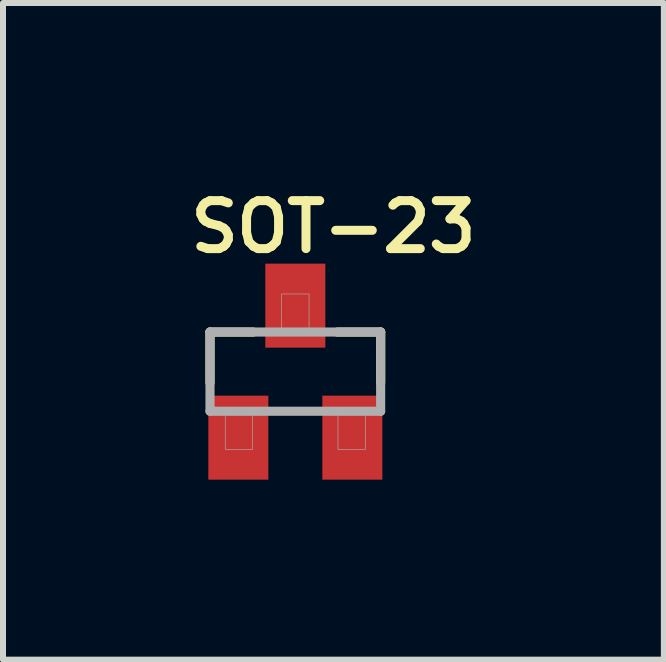
<source format=kicad_pcb>
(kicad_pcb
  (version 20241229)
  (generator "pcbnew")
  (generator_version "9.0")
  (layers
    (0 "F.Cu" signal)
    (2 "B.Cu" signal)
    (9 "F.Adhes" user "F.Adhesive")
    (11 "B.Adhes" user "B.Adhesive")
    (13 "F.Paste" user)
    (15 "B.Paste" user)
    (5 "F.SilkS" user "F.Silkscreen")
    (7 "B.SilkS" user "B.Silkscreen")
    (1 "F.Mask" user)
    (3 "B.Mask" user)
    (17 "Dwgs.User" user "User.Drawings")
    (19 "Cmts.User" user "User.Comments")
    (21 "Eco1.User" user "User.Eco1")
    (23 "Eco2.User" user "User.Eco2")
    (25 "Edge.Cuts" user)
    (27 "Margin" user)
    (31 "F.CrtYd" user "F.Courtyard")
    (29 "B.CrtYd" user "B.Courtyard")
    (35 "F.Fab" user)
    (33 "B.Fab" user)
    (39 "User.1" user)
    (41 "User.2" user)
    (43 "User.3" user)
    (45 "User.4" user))
  (footprint "SOT-23"
    (layer "F.Cu")
    (at 1.872 3.144)
    (property "Reference" "SOT-23" (at 0.635 -2.413 0) (layer "F.SilkS") (effects (font (size 0.8 0.8) (thickness 0.15))))
    (attr smd)
    (fp_line (start -1.422 -0.66) (end -0.7 -0.66) (stroke (width 0.152) (type solid)) (layer "F.SilkS"))
    (fp_line (start -1.422 0.185) (end -1.422 -0.66) (stroke (width 0.152) (type solid)) (layer "F.SilkS"))
    (fp_line (start 0.7 -0.66) (end 1.422 -0.66) (stroke (width 0.152) (type solid)) (layer "F.SilkS"))
    (fp_line (start 1.422 -0.66) (end 1.422 0.185) (stroke (width 0.152) (type solid)) (layer "F.SilkS"))
    (fp_line (start -1.422 -0.66) (end 1.422 -0.66) (stroke (width 0.152) (type solid)) (layer "F.Fab"))
    (fp_line (start -1.422 0.66) (end -1.422 -0.66) (stroke (width 0.152) (type solid)) (layer "F.Fab"))
    (fp_line (start 1.422 -0.66) (end 1.422 0.66) (stroke (width 0.152) (type solid)) (layer "F.Fab"))
    (fp_line (start 1.422 0.66) (end -1.422 0.66) (stroke (width 0.152) (type solid)) (layer "F.Fab"))
    (fp_poly (pts (xy -1.168 0.711) (xy -0.711 0.711) (xy -0.711 1.295) (xy -1.168 1.295)) (stroke (width 0.01) (type solid)) (fill no) (layer "F.Fab"))
    (fp_poly (pts (xy -0.229 -1.295) (xy 0.229 -1.295) (xy 0.229 -0.711) (xy -0.229 -0.711)) (stroke (width 0.01) (type solid)) (fill no) (layer "F.Fab"))
    (fp_poly (pts (xy 0.711 0.711) (xy 1.168 0.711) (xy 1.168 1.295) (xy 0.711 1.295)) (stroke (width 0.01) (type solid)) (fill no) (layer "F.Fab"))
    (pad "1" smd rect (at -0.95 1.1) (size 1 1.4) (layers "F.Cu" "F.Mask" "F.Paste"))
    (pad "2" smd rect (at 0.95 1.1) (size 1 1.4) (layers "F.Cu" "F.Mask" "F.Paste"))
    (pad "3" smd rect (at 0 -1.1) (size 1 1.4) (layers "F.Cu" "F.Mask" "F.Paste")))
  (gr_rect
    (start -3 -3)
    (end 8.014 7.944)
    (stroke (width 0.1) (type default))
    (fill no)
    (layer "Edge.Cuts")))
</source>
